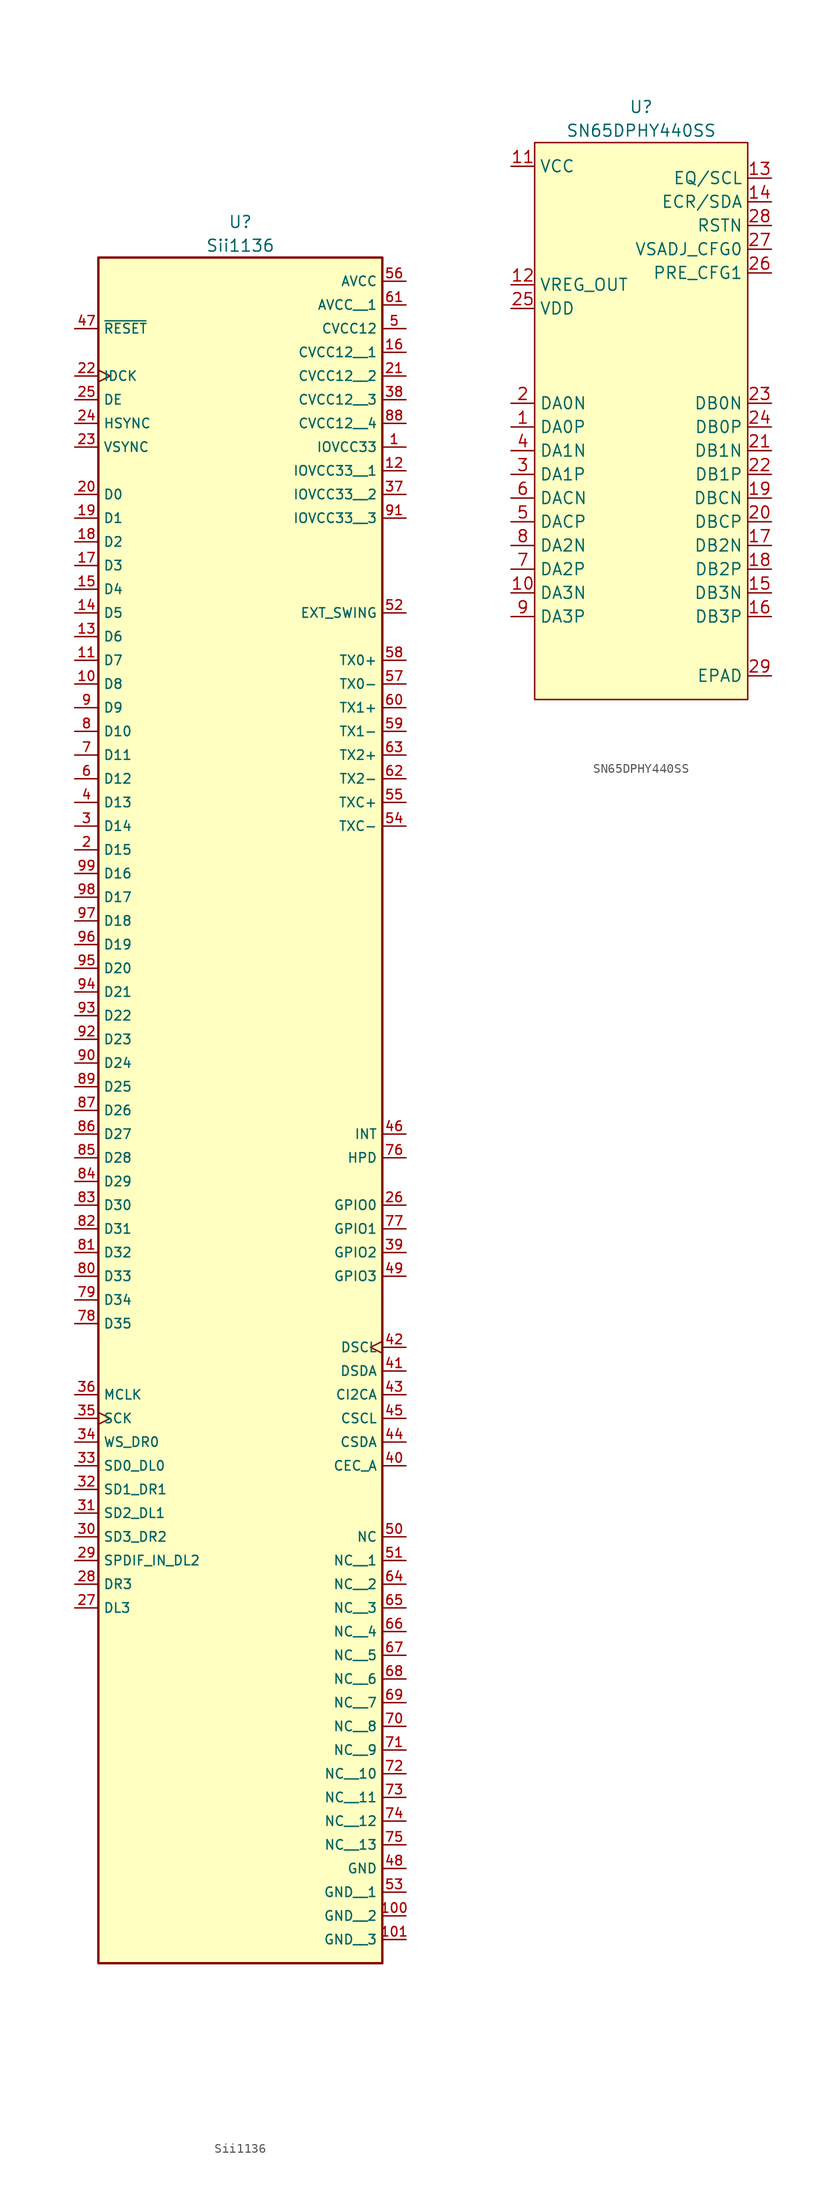
<source format=kicad_sym>
(kicad_symbol_lib
  (version 20231120)
  (generator "kicad_symbol_editor")
  (generator_version "8.0")
  (symbol "Sii1136"
    (property "Reference" "U"
      (at 15.24 3.81 0)
      (effects (font (size 1.27 1.27))))
    (property "Value" "Sii1136"
      (at 15.24 1.27 0)
      (effects (font (size 1.27 1.27))))
    (symbol "Sii1136_0_0"
      (rectangle (start 0 -182.88) (end 30.48 0) (stroke (width 0.254) (type default)) (fill (type background)))
      (pin passive line (at 33.02 -20.32 180) (length 2.54) (name "IOVCC33" (effects (font (size 1.016 1.016)))) (number "1" (effects (font (size 1.016 1.016)))))
      (pin passive line (at -2.54 -45.72 0) (length 2.54) (name "D8" (effects (font (size 1.016 1.016)))) (number "10" (effects (font (size 1.016 1.016)))))
      (pin passive line (at 33.02 -177.8 180) (length 2.54) (name "GND__2" (effects (font (size 1.016 1.016)))) (number "100" (effects (font (size 1.016 1.016)))))
      (pin passive line (at 33.02 -180.34 180) (length 2.54) (name "GND__3" (effects (font (size 1.016 1.016)))) (number "101" (effects (font (size 1.016 1.016)))))
      (pin passive line (at -2.54 -43.18 0) (length 2.54) (name "D7" (effects (font (size 1.016 1.016)))) (number "11" (effects (font (size 1.016 1.016)))))
      (pin passive line (at 33.02 -22.86 180) (length 2.54) (name "IOVCC33__1" (effects (font (size 1.016 1.016)))) (number "12" (effects (font (size 1.016 1.016)))))
      (pin passive line (at -2.54 -40.64 0) (length 2.54) (name "D6" (effects (font (size 1.016 1.016)))) (number "13" (effects (font (size 1.016 1.016)))))
      (pin passive line (at -2.54 -38.1 0) (length 2.54) (name "D5" (effects (font (size 1.016 1.016)))) (number "14" (effects (font (size 1.016 1.016)))))
      (pin passive line (at -2.54 -35.56 0) (length 2.54) (name "D4" (effects (font (size 1.016 1.016)))) (number "15" (effects (font (size 1.016 1.016)))))
      (pin passive line (at 33.02 -10.16 180) (length 2.54) (name "CVCC12__1" (effects (font (size 1.016 1.016)))) (number "16" (effects (font (size 1.016 1.016)))))
      (pin passive line (at -2.54 -33.02 0) (length 2.54) (name "D3" (effects (font (size 1.016 1.016)))) (number "17" (effects (font (size 1.016 1.016)))))
      (pin passive line (at -2.54 -30.48 0) (length 2.54) (name "D2" (effects (font (size 1.016 1.016)))) (number "18" (effects (font (size 1.016 1.016)))))
      (pin passive line (at -2.54 -27.94 0) (length 2.54) (name "D1" (effects (font (size 1.016 1.016)))) (number "19" (effects (font (size 1.016 1.016)))))
      (pin passive line (at -2.54 -63.5 0) (length 2.54) (name "D15" (effects (font (size 1.016 1.016)))) (number "2" (effects (font (size 1.016 1.016)))))
      (pin passive line (at -2.54 -25.4 0) (length 2.54) (name "D0" (effects (font (size 1.016 1.016)))) (number "20" (effects (font (size 1.016 1.016)))))
      (pin passive line (at 33.02 -12.7 180) (length 2.54) (name "CVCC12__2" (effects (font (size 1.016 1.016)))) (number "21" (effects (font (size 1.016 1.016)))))
      (pin passive clock (at -2.54 -12.7 0) (length 2.54) (name "IDCK" (effects (font (size 1.016 1.016)))) (number "22" (effects (font (size 1.016 1.016)))))
      (pin passive line (at -2.54 -20.32 0) (length 2.54) (name "VSYNC" (effects (font (size 1.016 1.016)))) (number "23" (effects (font (size 1.016 1.016)))))
      (pin passive line (at -2.54 -17.78 0) (length 2.54) (name "HSYNC" (effects (font (size 1.016 1.016)))) (number "24" (effects (font (size 1.016 1.016)))))
      (pin passive line (at -2.54 -15.24 0) (length 2.54) (name "DE" (effects (font (size 1.016 1.016)))) (number "25" (effects (font (size 1.016 1.016)))))
      (pin passive line (at 33.02 -101.6 180) (length 2.54) (name "GPIO0" (effects (font (size 1.016 1.016)))) (number "26" (effects (font (size 1.016 1.016)))))
      (pin passive line (at -2.54 -144.78 0) (length 2.54) (name "DL3" (effects (font (size 1.016 1.016)))) (number "27" (effects (font (size 1.016 1.016)))))
      (pin passive line (at -2.54 -142.24 0) (length 2.54) (name "DR3" (effects (font (size 1.016 1.016)))) (number "28" (effects (font (size 1.016 1.016)))))
      (pin passive line (at -2.54 -139.7 0) (length 2.54) (name "SPDIF_IN_DL2" (effects (font (size 1.016 1.016)))) (number "29" (effects (font (size 1.016 1.016)))))
      (pin passive line (at -2.54 -60.96 0) (length 2.54) (name "D14" (effects (font (size 1.016 1.016)))) (number "3" (effects (font (size 1.016 1.016)))))
      (pin passive line (at -2.54 -137.16 0) (length 2.54) (name "SD3_DR2" (effects (font (size 1.016 1.016)))) (number "30" (effects (font (size 1.016 1.016)))))
      (pin passive line (at -2.54 -134.62 0) (length 2.54) (name "SD2_DL1" (effects (font (size 1.016 1.016)))) (number "31" (effects (font (size 1.016 1.016)))))
      (pin passive line (at -2.54 -132.08 0) (length 2.54) (name "SD1_DR1" (effects (font (size 1.016 1.016)))) (number "32" (effects (font (size 1.016 1.016)))))
      (pin passive line (at -2.54 -129.54 0) (length 2.54) (name "SD0_DL0" (effects (font (size 1.016 1.016)))) (number "33" (effects (font (size 1.016 1.016)))))
      (pin passive line (at -2.54 -127 0) (length 2.54) (name "WS_DR0" (effects (font (size 1.016 1.016)))) (number "34" (effects (font (size 1.016 1.016)))))
      (pin passive clock (at -2.54 -124.46 0) (length 2.54) (name "SCK" (effects (font (size 1.016 1.016)))) (number "35" (effects (font (size 1.016 1.016)))))
      (pin passive line (at -2.54 -121.92 0) (length 2.54) (name "MCLK" (effects (font (size 1.016 1.016)))) (number "36" (effects (font (size 1.016 1.016)))))
      (pin passive line (at 33.02 -25.4 180) (length 2.54) (name "IOVCC33__2" (effects (font (size 1.016 1.016)))) (number "37" (effects (font (size 1.016 1.016)))))
      (pin passive line (at 33.02 -15.24 180) (length 2.54) (name "CVCC12__3" (effects (font (size 1.016 1.016)))) (number "38" (effects (font (size 1.016 1.016)))))
      (pin passive line (at 33.02 -106.68 180) (length 2.54) (name "GPIO2" (effects (font (size 1.016 1.016)))) (number "39" (effects (font (size 1.016 1.016)))))
      (pin passive line (at -2.54 -58.42 0) (length 2.54) (name "D13" (effects (font (size 1.016 1.016)))) (number "4" (effects (font (size 1.016 1.016)))))
      (pin passive line (at 33.02 -129.54 180) (length 2.54) (name "CEC_A" (effects (font (size 1.016 1.016)))) (number "40" (effects (font (size 1.016 1.016)))))
      (pin passive line (at 33.02 -119.38 180) (length 2.54) (name "DSDA" (effects (font (size 1.016 1.016)))) (number "41" (effects (font (size 1.016 1.016)))))
      (pin passive clock (at 33.02 -116.84 180) (length 2.54) (name "DSCL" (effects (font (size 1.016 1.016)))) (number "42" (effects (font (size 1.016 1.016)))))
      (pin passive line (at 33.02 -121.92 180) (length 2.54) (name "CI2CA" (effects (font (size 1.016 1.016)))) (number "43" (effects (font (size 1.016 1.016)))))
      (pin passive line (at 33.02 -127 180) (length 2.54) (name "CSDA" (effects (font (size 1.016 1.016)))) (number "44" (effects (font (size 1.016 1.016)))))
      (pin passive line (at 33.02 -124.46 180) (length 2.54) (name "CSCL" (effects (font (size 1.016 1.016)))) (number "45" (effects (font (size 1.016 1.016)))))
      (pin passive line (at 33.02 -93.98 180) (length 2.54) (name "INT" (effects (font (size 1.016 1.016)))) (number "46" (effects (font (size 1.016 1.016)))))
      (pin passive line (at -2.54 -7.62 0) (length 2.54) (name "~{RESET}" (effects (font (size 1.016 1.016)))) (number "47" (effects (font (size 1.016 1.016)))))
      (pin passive line (at 33.02 -172.72 180) (length 2.54) (name "GND" (effects (font (size 1.016 1.016)))) (number "48" (effects (font (size 1.016 1.016)))))
      (pin passive line (at 33.02 -109.22 180) (length 2.54) (name "GPIO3" (effects (font (size 1.016 1.016)))) (number "49" (effects (font (size 1.016 1.016)))))
      (pin passive line (at 33.02 -7.62 180) (length 2.54) (name "CVCC12" (effects (font (size 1.016 1.016)))) (number "5" (effects (font (size 1.016 1.016)))))
      (pin passive line (at 33.02 -137.16 180) (length 2.54) (name "NC" (effects (font (size 1.016 1.016)))) (number "50" (effects (font (size 1.016 1.016)))))
      (pin passive line (at 33.02 -139.7 180) (length 2.54) (name "NC__1" (effects (font (size 1.016 1.016)))) (number "51" (effects (font (size 1.016 1.016)))))
      (pin passive line (at 33.02 -38.1 180) (length 2.54) (name "EXT_SWING" (effects (font (size 1.016 1.016)))) (number "52" (effects (font (size 1.016 1.016)))))
      (pin passive line (at 33.02 -175.26 180) (length 2.54) (name "GND__1" (effects (font (size 1.016 1.016)))) (number "53" (effects (font (size 1.016 1.016)))))
      (pin passive line (at 33.02 -60.96 180) (length 2.54) (name "TXC-" (effects (font (size 1.016 1.016)))) (number "54" (effects (font (size 1.016 1.016)))))
      (pin passive line (at 33.02 -58.42 180) (length 2.54) (name "TXC+" (effects (font (size 1.016 1.016)))) (number "55" (effects (font (size 1.016 1.016)))))
      (pin passive line (at 33.02 -2.54 180) (length 2.54) (name "AVCC" (effects (font (size 1.016 1.016)))) (number "56" (effects (font (size 1.016 1.016)))))
      (pin passive line (at 33.02 -45.72 180) (length 2.54) (name "TX0-" (effects (font (size 1.016 1.016)))) (number "57" (effects (font (size 1.016 1.016)))))
      (pin passive line (at 33.02 -43.18 180) (length 2.54) (name "TX0+" (effects (font (size 1.016 1.016)))) (number "58" (effects (font (size 1.016 1.016)))))
      (pin passive line (at 33.02 -50.8 180) (length 2.54) (name "TX1-" (effects (font (size 1.016 1.016)))) (number "59" (effects (font (size 1.016 1.016)))))
      (pin passive line (at -2.54 -55.88 0) (length 2.54) (name "D12" (effects (font (size 1.016 1.016)))) (number "6" (effects (font (size 1.016 1.016)))))
      (pin passive line (at 33.02 -48.26 180) (length 2.54) (name "TX1+" (effects (font (size 1.016 1.016)))) (number "60" (effects (font (size 1.016 1.016)))))
      (pin passive line (at 33.02 -5.08 180) (length 2.54) (name "AVCC__1" (effects (font (size 1.016 1.016)))) (number "61" (effects (font (size 1.016 1.016)))))
      (pin passive line (at 33.02 -55.88 180) (length 2.54) (name "TX2-" (effects (font (size 1.016 1.016)))) (number "62" (effects (font (size 1.016 1.016)))))
      (pin passive line (at 33.02 -53.34 180) (length 2.54) (name "TX2+" (effects (font (size 1.016 1.016)))) (number "63" (effects (font (size 1.016 1.016)))))
      (pin passive line (at 33.02 -142.24 180) (length 2.54) (name "NC__2" (effects (font (size 1.016 1.016)))) (number "64" (effects (font (size 1.016 1.016)))))
      (pin passive line (at 33.02 -144.78 180) (length 2.54) (name "NC__3" (effects (font (size 1.016 1.016)))) (number "65" (effects (font (size 1.016 1.016)))))
      (pin passive line (at 33.02 -147.32 180) (length 2.54) (name "NC__4" (effects (font (size 1.016 1.016)))) (number "66" (effects (font (size 1.016 1.016)))))
      (pin passive line (at 33.02 -149.86 180) (length 2.54) (name "NC__5" (effects (font (size 1.016 1.016)))) (number "67" (effects (font (size 1.016 1.016)))))
      (pin passive line (at 33.02 -152.4 180) (length 2.54) (name "NC__6" (effects (font (size 1.016 1.016)))) (number "68" (effects (font (size 1.016 1.016)))))
      (pin passive line (at 33.02 -154.94 180) (length 2.54) (name "NC__7" (effects (font (size 1.016 1.016)))) (number "69" (effects (font (size 1.016 1.016)))))
      (pin passive line (at -2.54 -53.34 0) (length 2.54) (name "D11" (effects (font (size 1.016 1.016)))) (number "7" (effects (font (size 1.016 1.016)))))
      (pin passive line (at 33.02 -157.48 180) (length 2.54) (name "NC__8" (effects (font (size 1.016 1.016)))) (number "70" (effects (font (size 1.016 1.016)))))
      (pin passive line (at 33.02 -160.02 180) (length 2.54) (name "NC__9" (effects (font (size 1.016 1.016)))) (number "71" (effects (font (size 1.016 1.016)))))
      (pin passive line (at 33.02 -162.56 180) (length 2.54) (name "NC__10" (effects (font (size 1.016 1.016)))) (number "72" (effects (font (size 1.016 1.016)))))
      (pin passive line (at 33.02 -165.1 180) (length 2.54) (name "NC__11" (effects (font (size 1.016 1.016)))) (number "73" (effects (font (size 1.016 1.016)))))
      (pin passive line (at 33.02 -167.64 180) (length 2.54) (name "NC__12" (effects (font (size 1.016 1.016)))) (number "74" (effects (font (size 1.016 1.016)))))
      (pin passive line (at 33.02 -170.18 180) (length 2.54) (name "NC__13" (effects (font (size 1.016 1.016)))) (number "75" (effects (font (size 1.016 1.016)))))
      (pin passive line (at 33.02 -96.52 180) (length 2.54) (name "HPD" (effects (font (size 1.016 1.016)))) (number "76" (effects (font (size 1.016 1.016)))))
      (pin passive line (at 33.02 -104.14 180) (length 2.54) (name "GPIO1" (effects (font (size 1.016 1.016)))) (number "77" (effects (font (size 1.016 1.016)))))
      (pin passive line (at -2.54 -114.3 0) (length 2.54) (name "D35" (effects (font (size 1.016 1.016)))) (number "78" (effects (font (size 1.016 1.016)))))
      (pin passive line (at -2.54 -111.76 0) (length 2.54) (name "D34" (effects (font (size 1.016 1.016)))) (number "79" (effects (font (size 1.016 1.016)))))
      (pin passive line (at -2.54 -50.8 0) (length 2.54) (name "D10" (effects (font (size 1.016 1.016)))) (number "8" (effects (font (size 1.016 1.016)))))
      (pin passive line (at -2.54 -109.22 0) (length 2.54) (name "D33" (effects (font (size 1.016 1.016)))) (number "80" (effects (font (size 1.016 1.016)))))
      (pin passive line (at -2.54 -106.68 0) (length 2.54) (name "D32" (effects (font (size 1.016 1.016)))) (number "81" (effects (font (size 1.016 1.016)))))
      (pin passive line (at -2.54 -104.14 0) (length 2.54) (name "D31" (effects (font (size 1.016 1.016)))) (number "82" (effects (font (size 1.016 1.016)))))
      (pin passive line (at -2.54 -101.6 0) (length 2.54) (name "D30" (effects (font (size 1.016 1.016)))) (number "83" (effects (font (size 1.016 1.016)))))
      (pin passive line (at -2.54 -99.06 0) (length 2.54) (name "D29" (effects (font (size 1.016 1.016)))) (number "84" (effects (font (size 1.016 1.016)))))
      (pin passive line (at -2.54 -96.52 0) (length 2.54) (name "D28" (effects (font (size 1.016 1.016)))) (number "85" (effects (font (size 1.016 1.016)))))
      (pin passive line (at -2.54 -93.98 0) (length 2.54) (name "D27" (effects (font (size 1.016 1.016)))) (number "86" (effects (font (size 1.016 1.016)))))
      (pin passive line (at -2.54 -91.44 0) (length 2.54) (name "D26" (effects (font (size 1.016 1.016)))) (number "87" (effects (font (size 1.016 1.016)))))
      (pin passive line (at 33.02 -17.78 180) (length 2.54) (name "CVCC12__4" (effects (font (size 1.016 1.016)))) (number "88" (effects (font (size 1.016 1.016)))))
      (pin passive line (at -2.54 -88.9 0) (length 2.54) (name "D25" (effects (font (size 1.016 1.016)))) (number "89" (effects (font (size 1.016 1.016)))))
      (pin passive line (at -2.54 -48.26 0) (length 2.54) (name "D9" (effects (font (size 1.016 1.016)))) (number "9" (effects (font (size 1.016 1.016)))))
      (pin passive line (at -2.54 -86.36 0) (length 2.54) (name "D24" (effects (font (size 1.016 1.016)))) (number "90" (effects (font (size 1.016 1.016)))))
      (pin passive line (at 33.02 -27.94 180) (length 2.54) (name "IOVCC33__3" (effects (font (size 1.016 1.016)))) (number "91" (effects (font (size 1.016 1.016)))))
      (pin passive line (at -2.54 -83.82 0) (length 2.54) (name "D23" (effects (font (size 1.016 1.016)))) (number "92" (effects (font (size 1.016 1.016)))))
      (pin passive line (at -2.54 -81.28 0) (length 2.54) (name "D22" (effects (font (size 1.016 1.016)))) (number "93" (effects (font (size 1.016 1.016)))))
      (pin passive line (at -2.54 -78.74 0) (length 2.54) (name "D21" (effects (font (size 1.016 1.016)))) (number "94" (effects (font (size 1.016 1.016)))))
      (pin passive line (at -2.54 -76.2 0) (length 2.54) (name "D20" (effects (font (size 1.016 1.016)))) (number "95" (effects (font (size 1.016 1.016)))))
      (pin passive line (at -2.54 -73.66 0) (length 2.54) (name "D19" (effects (font (size 1.016 1.016)))) (number "96" (effects (font (size 1.016 1.016)))))
      (pin passive line (at -2.54 -71.12 0) (length 2.54) (name "D18" (effects (font (size 1.016 1.016)))) (number "97" (effects (font (size 1.016 1.016)))))
      (pin passive line (at -2.54 -68.58 0) (length 2.54) (name "D17" (effects (font (size 1.016 1.016)))) (number "98" (effects (font (size 1.016 1.016)))))
      (pin passive line (at -2.54 -66.04 0) (length 2.54) (name "D16" (effects (font (size 1.016 1.016)))) (number "99" (effects (font (size 1.016 1.016)))))))
  (symbol "SN65DPHY440SS"
    (property "Reference" "U"
      (at 11.43 31.75 0)
      (effects (font (size 1.27 1.27))))
    (property "Value" "SN65DPHY440SS"
      (at 11.43 29.21 0)
      (effects (font (size 1.27 1.27))))
    (symbol "SN65DPHY440SS_1_1"
      (rectangle (start 0 27.94) (end 22.86 -31.75) (stroke (width 0) (type default)) (fill (type background)))
      (pin passive line (at -2.54 -2.54 0) (length 2.54) (name "DA0P" (effects (font (size 1.27 1.27)))) (number "1" (effects (font (size 1.27 1.27)))))
      (pin passive line (at -2.54 -20.32 0) (length 2.54) (name "DA3N" (effects (font (size 1.27 1.27)))) (number "10" (effects (font (size 1.27 1.27)))))
      (pin passive line (at -2.54 25.4 0) (length 2.54) (name "VCC" (effects (font (size 1.27 1.27)))) (number "11" (effects (font (size 1.27 1.27)))))
      (pin passive line (at -2.54 12.7 0) (length 2.54) (name "VREG_OUT" (effects (font (size 1.27 1.27)))) (number "12" (effects (font (size 1.27 1.27)))))
      (pin passive line (at 25.4 24.13 180) (length 2.54) (name "EQ/SCL" (effects (font (size 1.27 1.27)))) (number "13" (effects (font (size 1.27 1.27)))))
      (pin passive line (at 25.4 21.59 180) (length 2.54) (name "ECR/SDA" (effects (font (size 1.27 1.27)))) (number "14" (effects (font (size 1.27 1.27)))))
      (pin passive line (at 25.4 -20.32 180) (length 2.54) (name "DB3N" (effects (font (size 1.27 1.27)))) (number "15" (effects (font (size 1.27 1.27)))))
      (pin passive line (at 25.4 -22.86 180) (length 2.54) (name "DB3P" (effects (font (size 1.27 1.27)))) (number "16" (effects (font (size 1.27 1.27)))))
      (pin passive line (at 25.4 -15.24 180) (length 2.54) (name "DB2N" (effects (font (size 1.27 1.27)))) (number "17" (effects (font (size 1.27 1.27)))))
      (pin passive line (at 25.4 -17.78 180) (length 2.54) (name "DB2P" (effects (font (size 1.27 1.27)))) (number "18" (effects (font (size 1.27 1.27)))))
      (pin passive line (at 25.4 -10.16 180) (length 2.54) (name "DBCN" (effects (font (size 1.27 1.27)))) (number "19" (effects (font (size 1.27 1.27)))))
      (pin passive line (at -2.54 0 0) (length 2.54) (name "DA0N" (effects (font (size 1.27 1.27)))) (number "2" (effects (font (size 1.27 1.27)))))
      (pin passive line (at 25.4 -12.7 180) (length 2.54) (name "DBCP" (effects (font (size 1.27 1.27)))) (number "20" (effects (font (size 1.27 1.27)))))
      (pin passive line (at 25.4 -5.08 180) (length 2.54) (name "DB1N" (effects (font (size 1.27 1.27)))) (number "21" (effects (font (size 1.27 1.27)))))
      (pin passive line (at 25.4 -7.62 180) (length 2.54) (name "DB1P" (effects (font (size 1.27 1.27)))) (number "22" (effects (font (size 1.27 1.27)))))
      (pin passive line (at 25.4 0 180) (length 2.54) (name "DB0N" (effects (font (size 1.27 1.27)))) (number "23" (effects (font (size 1.27 1.27)))))
      (pin passive line (at 25.4 -2.54 180) (length 2.54) (name "DB0P" (effects (font (size 1.27 1.27)))) (number "24" (effects (font (size 1.27 1.27)))))
      (pin passive line (at -2.54 10.16 0) (length 2.54) (name "VDD" (effects (font (size 1.27 1.27)))) (number "25" (effects (font (size 1.27 1.27)))))
      (pin passive line (at 25.4 13.97 180) (length 2.54) (name "PRE_CFG1" (effects (font (size 1.27 1.27)))) (number "26" (effects (font (size 1.27 1.27)))))
      (pin passive line (at 25.4 16.51 180) (length 2.54) (name "VSADJ_CFG0" (effects (font (size 1.27 1.27)))) (number "27" (effects (font (size 1.27 1.27)))))
      (pin passive line (at 25.4 19.05 180) (length 2.54) (name "RSTN" (effects (font (size 1.27 1.27)))) (number "28" (effects (font (size 1.27 1.27)))))
      (pin passive line (at 25.4 -29.21 180) (length 2.54) (name "EPAD" (effects (font (size 1.27 1.27)))) (number "29" (effects (font (size 1.27 1.27)))))
      (pin passive line (at -2.54 -7.62 0) (length 2.54) (name "DA1P" (effects (font (size 1.27 1.27)))) (number "3" (effects (font (size 1.27 1.27)))))
      (pin passive line (at -2.54 -5.08 0) (length 2.54) (name "DA1N" (effects (font (size 1.27 1.27)))) (number "4" (effects (font (size 1.27 1.27)))))
      (pin passive line (at -2.54 -12.7 0) (length 2.54) (name "DACP" (effects (font (size 1.27 1.27)))) (number "5" (effects (font (size 1.27 1.27)))))
      (pin passive line (at -2.54 -10.16 0) (length 2.54) (name "DACN" (effects (font (size 1.27 1.27)))) (number "6" (effects (font (size 1.27 1.27)))))
      (pin passive line (at -2.54 -17.78 0) (length 2.54) (name "DA2P" (effects (font (size 1.27 1.27)))) (number "7" (effects (font (size 1.27 1.27)))))
      (pin passive line (at -2.54 -15.24 0) (length 2.54) (name "DA2N" (effects (font (size 1.27 1.27)))) (number "8" (effects (font (size 1.27 1.27)))))
      (pin passive line (at -2.54 -22.86 0) (length 2.54) (name "DA3P" (effects (font (size 1.27 1.27)))) (number "9" (effects (font (size 1.27 1.27))))))))
</source>
